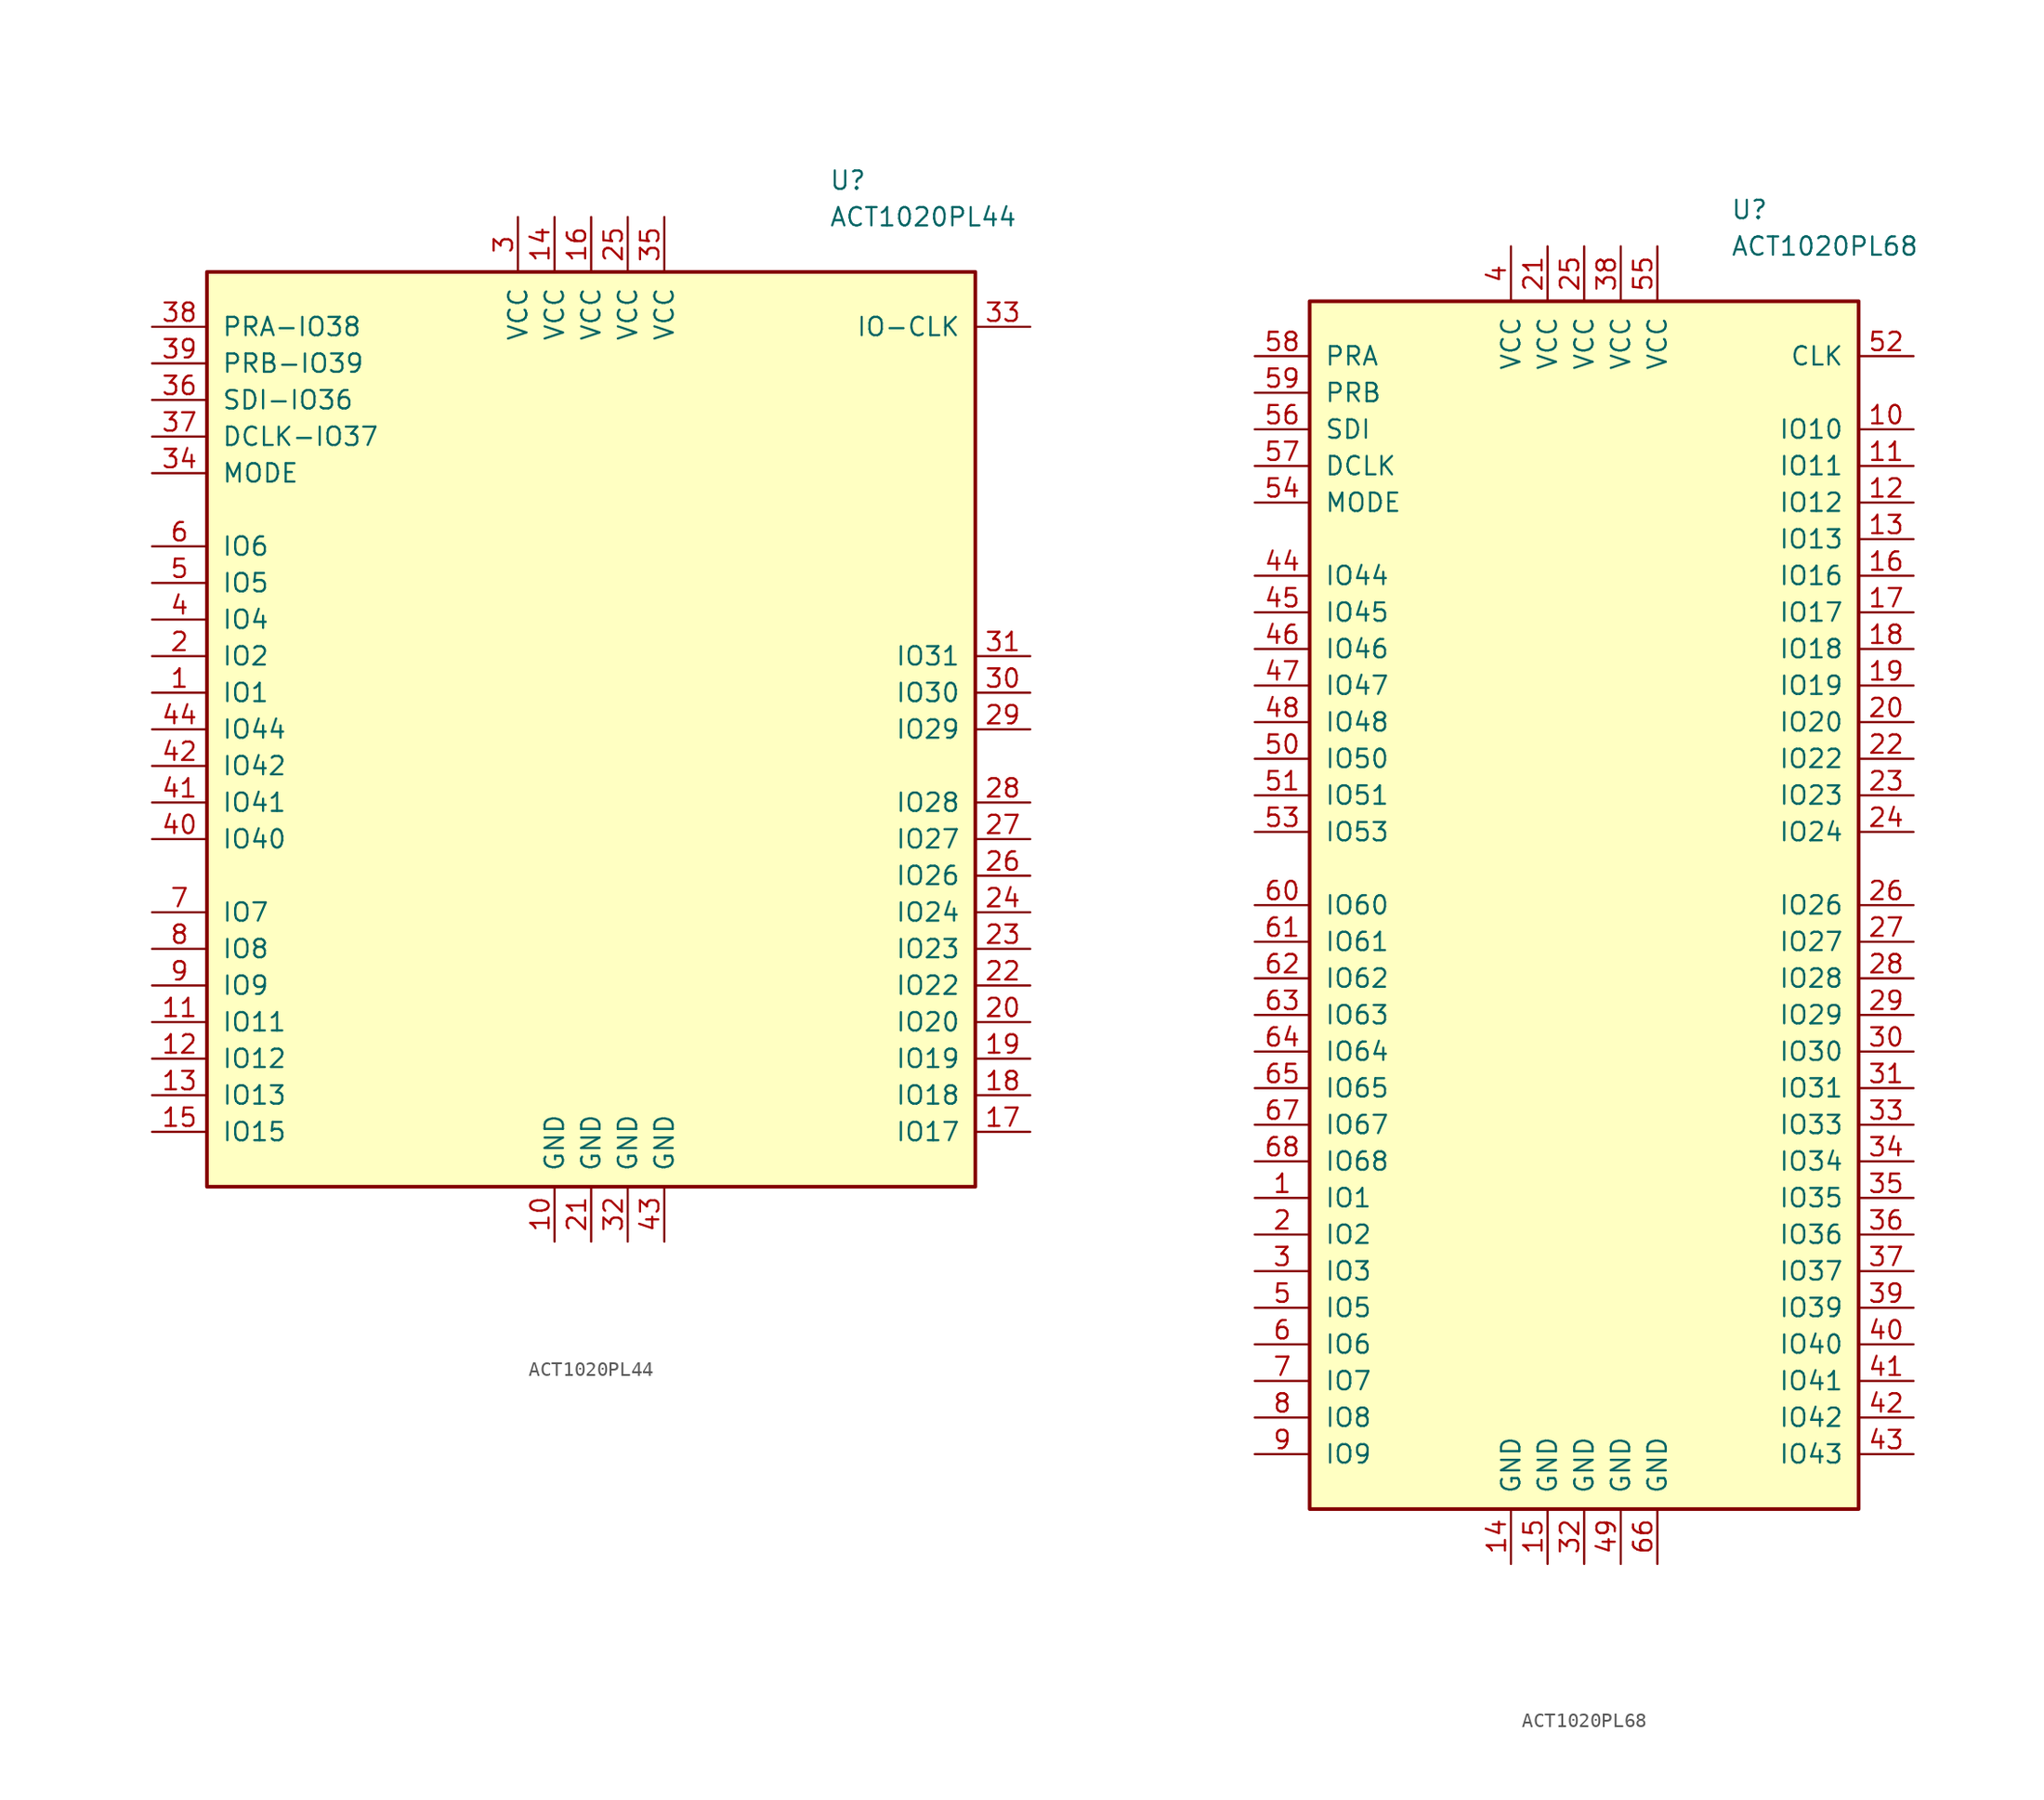
<source format=kicad_sym>
(kicad_symbol_lib
  (version 20201005)
  (generator kicad_symbol_editor)
  (symbol "ACT1020PL44"
    (pin_names
      (offset 1.016))
    (property "Reference" "U"
      (at 16.51 38.1 0)
      (effects (font (size 1.27 1.27)) (justify left)))
    (property "Value" "ACT1020PL44"
      (at 16.51 35.56 0)
      (effects (font (size 1.27 1.27)) (justify left)))
    (symbol "ACT1020PL44_0_1"
      (rectangle (start -26.67 -31.75) (end 26.67 31.75) (stroke (width 0.254)) (fill (type background))))
    (symbol "ACT1020PL44_1_1"
      (pin input line (at -30.48 2.54 0) (length 3.81) (name "IO1" (effects (font (size 1.27 1.27)))) (number "1" (effects (font (size 1.27 1.27)))))
      (pin power_in line (at -2.54 -35.56 90) (length 3.81) (name "GND" (effects (font (size 1.27 1.27)))) (number "10" (effects (font (size 1.27 1.27)))))
      (pin input line (at -30.48 -20.32 0) (length 3.81) (name "IO11" (effects (font (size 1.27 1.27)))) (number "11" (effects (font (size 1.27 1.27)))))
      (pin input line (at -30.48 -22.86 0) (length 3.81) (name "IO12" (effects (font (size 1.27 1.27)))) (number "12" (effects (font (size 1.27 1.27)))))
      (pin input line (at -30.48 -25.4 0) (length 3.81) (name "IO13" (effects (font (size 1.27 1.27)))) (number "13" (effects (font (size 1.27 1.27)))))
      (pin power_in line (at -2.54 35.56 270) (length 3.81) (name "VCC" (effects (font (size 1.27 1.27)))) (number "14" (effects (font (size 1.27 1.27)))))
      (pin input line (at -30.48 -27.94 0) (length 3.81) (name "IO15" (effects (font (size 1.27 1.27)))) (number "15" (effects (font (size 1.27 1.27)))))
      (pin power_in line (at 0 35.56 270) (length 3.81) (name "VCC" (effects (font (size 1.27 1.27)))) (number "16" (effects (font (size 1.27 1.27)))))
      (pin input line (at 30.48 -27.94 180) (length 3.81) (name "IO17" (effects (font (size 1.27 1.27)))) (number "17" (effects (font (size 1.27 1.27)))))
      (pin input line (at 30.48 -25.4 180) (length 3.81) (name "IO18" (effects (font (size 1.27 1.27)))) (number "18" (effects (font (size 1.27 1.27)))))
      (pin input line (at 30.48 -22.86 180) (length 3.81) (name "IO19" (effects (font (size 1.27 1.27)))) (number "19" (effects (font (size 1.27 1.27)))))
      (pin input line (at -30.48 5.08 0) (length 3.81) (name "IO2" (effects (font (size 1.27 1.27)))) (number "2" (effects (font (size 1.27 1.27)))))
      (pin input line (at 30.48 -20.32 180) (length 3.81) (name "IO20" (effects (font (size 1.27 1.27)))) (number "20" (effects (font (size 1.27 1.27)))))
      (pin power_in line (at 0 -35.56 90) (length 3.81) (name "GND" (effects (font (size 1.27 1.27)))) (number "21" (effects (font (size 1.27 1.27)))))
      (pin input line (at 30.48 -17.78 180) (length 3.81) (name "IO22" (effects (font (size 1.27 1.27)))) (number "22" (effects (font (size 1.27 1.27)))))
      (pin input line (at 30.48 -15.24 180) (length 3.81) (name "IO23" (effects (font (size 1.27 1.27)))) (number "23" (effects (font (size 1.27 1.27)))))
      (pin input line (at 30.48 -12.7 180) (length 3.81) (name "IO24" (effects (font (size 1.27 1.27)))) (number "24" (effects (font (size 1.27 1.27)))))
      (pin power_in line (at 2.54 35.56 270) (length 3.81) (name "VCC" (effects (font (size 1.27 1.27)))) (number "25" (effects (font (size 1.27 1.27)))))
      (pin input line (at 30.48 -10.16 180) (length 3.81) (name "IO26" (effects (font (size 1.27 1.27)))) (number "26" (effects (font (size 1.27 1.27)))))
      (pin input line (at 30.48 -7.62 180) (length 3.81) (name "IO27" (effects (font (size 1.27 1.27)))) (number "27" (effects (font (size 1.27 1.27)))))
      (pin input line (at 30.48 -5.08 180) (length 3.81) (name "IO28" (effects (font (size 1.27 1.27)))) (number "28" (effects (font (size 1.27 1.27)))))
      (pin input line (at 30.48 0 180) (length 3.81) (name "IO29" (effects (font (size 1.27 1.27)))) (number "29" (effects (font (size 1.27 1.27)))))
      (pin power_in line (at -5.08 35.56 270) (length 3.81) (name "VCC" (effects (font (size 1.27 1.27)))) (number "3" (effects (font (size 1.27 1.27)))))
      (pin input line (at 30.48 2.54 180) (length 3.81) (name "IO30" (effects (font (size 1.27 1.27)))) (number "30" (effects (font (size 1.27 1.27)))))
      (pin input line (at 30.48 5.08 180) (length 3.81) (name "IO31" (effects (font (size 1.27 1.27)))) (number "31" (effects (font (size 1.27 1.27)))))
      (pin power_in line (at 2.54 -35.56 90) (length 3.81) (name "GND" (effects (font (size 1.27 1.27)))) (number "32" (effects (font (size 1.27 1.27)))))
      (pin input line (at 30.48 27.94 180) (length 3.81) (name "IO-CLK" (effects (font (size 1.27 1.27)))) (number "33" (effects (font (size 1.27 1.27)))))
      (pin input line (at -30.48 17.78 0) (length 3.81) (name "MODE" (effects (font (size 1.27 1.27)))) (number "34" (effects (font (size 1.27 1.27)))))
      (pin power_in line (at 5.08 35.56 270) (length 3.81) (name "VCC" (effects (font (size 1.27 1.27)))) (number "35" (effects (font (size 1.27 1.27)))))
      (pin input line (at -30.48 22.86 0) (length 3.81) (name "SDI-IO36" (effects (font (size 1.27 1.27)))) (number "36" (effects (font (size 1.27 1.27)))))
      (pin input line (at -30.48 20.32 0) (length 3.81) (name "DCLK-IO37" (effects (font (size 1.27 1.27)))) (number "37" (effects (font (size 1.27 1.27)))))
      (pin input line (at -30.48 27.94 0) (length 3.81) (name "PRA-IO38" (effects (font (size 1.27 1.27)))) (number "38" (effects (font (size 1.27 1.27)))))
      (pin input line (at -30.48 25.4 0) (length 3.81) (name "PRB-IO39" (effects (font (size 1.27 1.27)))) (number "39" (effects (font (size 1.27 1.27)))))
      (pin input line (at -30.48 7.62 0) (length 3.81) (name "IO4" (effects (font (size 1.27 1.27)))) (number "4" (effects (font (size 1.27 1.27)))))
      (pin input line (at -30.48 -7.62 0) (length 3.81) (name "IO40" (effects (font (size 1.27 1.27)))) (number "40" (effects (font (size 1.27 1.27)))))
      (pin input line (at -30.48 -5.08 0) (length 3.81) (name "IO41" (effects (font (size 1.27 1.27)))) (number "41" (effects (font (size 1.27 1.27)))))
      (pin input line (at -30.48 -2.54 0) (length 3.81) (name "IO42" (effects (font (size 1.27 1.27)))) (number "42" (effects (font (size 1.27 1.27)))))
      (pin power_in line (at 5.08 -35.56 90) (length 3.81) (name "GND" (effects (font (size 1.27 1.27)))) (number "43" (effects (font (size 1.27 1.27)))))
      (pin input line (at -30.48 0 0) (length 3.81) (name "IO44" (effects (font (size 1.27 1.27)))) (number "44" (effects (font (size 1.27 1.27)))))
      (pin input line (at -30.48 10.16 0) (length 3.81) (name "IO5" (effects (font (size 1.27 1.27)))) (number "5" (effects (font (size 1.27 1.27)))))
      (pin input line (at -30.48 12.7 0) (length 3.81) (name "IO6" (effects (font (size 1.27 1.27)))) (number "6" (effects (font (size 1.27 1.27)))))
      (pin input line (at -30.48 -12.7 0) (length 3.81) (name "IO7" (effects (font (size 1.27 1.27)))) (number "7" (effects (font (size 1.27 1.27)))))
      (pin input line (at -30.48 -15.24 0) (length 3.81) (name "IO8" (effects (font (size 1.27 1.27)))) (number "8" (effects (font (size 1.27 1.27)))))
      (pin input line (at -30.48 -17.78 0) (length 3.81) (name "IO9" (effects (font (size 1.27 1.27)))) (number "9" (effects (font (size 1.27 1.27)))))))
  (symbol "ACT1020PL68"
    (pin_names
      (offset 1.016))
    (property "Reference" "U"
      (at 10.16 48.26 0)
      (effects (font (size 1.27 1.27)) (justify left)))
    (property "Value" "ACT1020PL68"
      (at 10.16 45.72 0)
      (effects (font (size 1.27 1.27)) (justify left)))
    (symbol "ACT1020PL68_0_1"
      (rectangle (start -19.05 -41.91) (end 19.05 41.91) (stroke (width 0.254)) (fill (type background))))
    (symbol "ACT1020PL68_1_1"
      (pin input line (at -22.86 -20.32 0) (length 3.81) (name "IO1" (effects (font (size 1.27 1.27)))) (number "1" (effects (font (size 1.27 1.27)))))
      (pin input line (at 22.86 33.02 180) (length 3.81) (name "IO10" (effects (font (size 1.27 1.27)))) (number "10" (effects (font (size 1.27 1.27)))))
      (pin input line (at 22.86 30.48 180) (length 3.81) (name "IO11" (effects (font (size 1.27 1.27)))) (number "11" (effects (font (size 1.27 1.27)))))
      (pin input line (at 22.86 27.94 180) (length 3.81) (name "IO12" (effects (font (size 1.27 1.27)))) (number "12" (effects (font (size 1.27 1.27)))))
      (pin input line (at 22.86 25.4 180) (length 3.81) (name "IO13" (effects (font (size 1.27 1.27)))) (number "13" (effects (font (size 1.27 1.27)))))
      (pin power_in line (at -5.08 -45.72 90) (length 3.81) (name "GND" (effects (font (size 1.27 1.27)))) (number "14" (effects (font (size 1.27 1.27)))))
      (pin power_in line (at -2.54 -45.72 90) (length 3.81) (name "GND" (effects (font (size 1.27 1.27)))) (number "15" (effects (font (size 1.27 1.27)))))
      (pin input line (at 22.86 22.86 180) (length 3.81) (name "IO16" (effects (font (size 1.27 1.27)))) (number "16" (effects (font (size 1.27 1.27)))))
      (pin input line (at 22.86 20.32 180) (length 3.81) (name "IO17" (effects (font (size 1.27 1.27)))) (number "17" (effects (font (size 1.27 1.27)))))
      (pin input line (at 22.86 17.78 180) (length 3.81) (name "IO18" (effects (font (size 1.27 1.27)))) (number "18" (effects (font (size 1.27 1.27)))))
      (pin input line (at 22.86 15.24 180) (length 3.81) (name "IO19" (effects (font (size 1.27 1.27)))) (number "19" (effects (font (size 1.27 1.27)))))
      (pin input line (at -22.86 -22.86 0) (length 3.81) (name "IO2" (effects (font (size 1.27 1.27)))) (number "2" (effects (font (size 1.27 1.27)))))
      (pin input line (at 22.86 12.7 180) (length 3.81) (name "IO20" (effects (font (size 1.27 1.27)))) (number "20" (effects (font (size 1.27 1.27)))))
      (pin power_in line (at -2.54 45.72 270) (length 3.81) (name "VCC" (effects (font (size 1.27 1.27)))) (number "21" (effects (font (size 1.27 1.27)))))
      (pin input line (at 22.86 10.16 180) (length 3.81) (name "IO22" (effects (font (size 1.27 1.27)))) (number "22" (effects (font (size 1.27 1.27)))))
      (pin input line (at 22.86 7.62 180) (length 3.81) (name "IO23" (effects (font (size 1.27 1.27)))) (number "23" (effects (font (size 1.27 1.27)))))
      (pin input line (at 22.86 5.08 180) (length 3.81) (name "IO24" (effects (font (size 1.27 1.27)))) (number "24" (effects (font (size 1.27 1.27)))))
      (pin power_in line (at 0 45.72 270) (length 3.81) (name "VCC" (effects (font (size 1.27 1.27)))) (number "25" (effects (font (size 1.27 1.27)))))
      (pin input line (at 22.86 0 180) (length 3.81) (name "IO26" (effects (font (size 1.27 1.27)))) (number "26" (effects (font (size 1.27 1.27)))))
      (pin input line (at 22.86 -2.54 180) (length 3.81) (name "IO27" (effects (font (size 1.27 1.27)))) (number "27" (effects (font (size 1.27 1.27)))))
      (pin input line (at 22.86 -5.08 180) (length 3.81) (name "IO28" (effects (font (size 1.27 1.27)))) (number "28" (effects (font (size 1.27 1.27)))))
      (pin input line (at 22.86 -7.62 180) (length 3.81) (name "IO29" (effects (font (size 1.27 1.27)))) (number "29" (effects (font (size 1.27 1.27)))))
      (pin input line (at -22.86 -25.4 0) (length 3.81) (name "IO3" (effects (font (size 1.27 1.27)))) (number "3" (effects (font (size 1.27 1.27)))))
      (pin input line (at 22.86 -10.16 180) (length 3.81) (name "IO30" (effects (font (size 1.27 1.27)))) (number "30" (effects (font (size 1.27 1.27)))))
      (pin input line (at 22.86 -12.7 180) (length 3.81) (name "IO31" (effects (font (size 1.27 1.27)))) (number "31" (effects (font (size 1.27 1.27)))))
      (pin power_in line (at 0 -45.72 90) (length 3.81) (name "GND" (effects (font (size 1.27 1.27)))) (number "32" (effects (font (size 1.27 1.27)))))
      (pin input line (at 22.86 -15.24 180) (length 3.81) (name "IO33" (effects (font (size 1.27 1.27)))) (number "33" (effects (font (size 1.27 1.27)))))
      (pin input line (at 22.86 -17.78 180) (length 3.81) (name "IO34" (effects (font (size 1.27 1.27)))) (number "34" (effects (font (size 1.27 1.27)))))
      (pin input line (at 22.86 -20.32 180) (length 3.81) (name "IO35" (effects (font (size 1.27 1.27)))) (number "35" (effects (font (size 1.27 1.27)))))
      (pin input line (at 22.86 -22.86 180) (length 3.81) (name "IO36" (effects (font (size 1.27 1.27)))) (number "36" (effects (font (size 1.27 1.27)))))
      (pin input line (at 22.86 -25.4 180) (length 3.81) (name "IO37" (effects (font (size 1.27 1.27)))) (number "37" (effects (font (size 1.27 1.27)))))
      (pin power_in line (at 2.54 45.72 270) (length 3.81) (name "VCC" (effects (font (size 1.27 1.27)))) (number "38" (effects (font (size 1.27 1.27)))))
      (pin input line (at 22.86 -27.94 180) (length 3.81) (name "IO39" (effects (font (size 1.27 1.27)))) (number "39" (effects (font (size 1.27 1.27)))))
      (pin power_in line (at -5.08 45.72 270) (length 3.81) (name "VCC" (effects (font (size 1.27 1.27)))) (number "4" (effects (font (size 1.27 1.27)))))
      (pin input line (at 22.86 -30.48 180) (length 3.81) (name "IO40" (effects (font (size 1.27 1.27)))) (number "40" (effects (font (size 1.27 1.27)))))
      (pin input line (at 22.86 -33.02 180) (length 3.81) (name "IO41" (effects (font (size 1.27 1.27)))) (number "41" (effects (font (size 1.27 1.27)))))
      (pin input line (at 22.86 -35.56 180) (length 3.81) (name "IO42" (effects (font (size 1.27 1.27)))) (number "42" (effects (font (size 1.27 1.27)))))
      (pin input line (at 22.86 -38.1 180) (length 3.81) (name "IO43" (effects (font (size 1.27 1.27)))) (number "43" (effects (font (size 1.27 1.27)))))
      (pin input line (at -22.86 22.86 0) (length 3.81) (name "IO44" (effects (font (size 1.27 1.27)))) (number "44" (effects (font (size 1.27 1.27)))))
      (pin input line (at -22.86 20.32 0) (length 3.81) (name "IO45" (effects (font (size 1.27 1.27)))) (number "45" (effects (font (size 1.27 1.27)))))
      (pin input line (at -22.86 17.78 0) (length 3.81) (name "IO46" (effects (font (size 1.27 1.27)))) (number "46" (effects (font (size 1.27 1.27)))))
      (pin input line (at -22.86 15.24 0) (length 3.81) (name "IO47" (effects (font (size 1.27 1.27)))) (number "47" (effects (font (size 1.27 1.27)))))
      (pin input line (at -22.86 12.7 0) (length 3.81) (name "IO48" (effects (font (size 1.27 1.27)))) (number "48" (effects (font (size 1.27 1.27)))))
      (pin power_in line (at 2.54 -45.72 90) (length 3.81) (name "GND" (effects (font (size 1.27 1.27)))) (number "49" (effects (font (size 1.27 1.27)))))
      (pin input line (at -22.86 -27.94 0) (length 3.81) (name "IO5" (effects (font (size 1.27 1.27)))) (number "5" (effects (font (size 1.27 1.27)))))
      (pin input line (at -22.86 10.16 0) (length 3.81) (name "IO50" (effects (font (size 1.27 1.27)))) (number "50" (effects (font (size 1.27 1.27)))))
      (pin input line (at -22.86 7.62 0) (length 3.81) (name "IO51" (effects (font (size 1.27 1.27)))) (number "51" (effects (font (size 1.27 1.27)))))
      (pin input line (at 22.86 38.1 180) (length 3.81) (name "CLK" (effects (font (size 1.27 1.27)))) (number "52" (effects (font (size 1.27 1.27)))))
      (pin input line (at -22.86 5.08 0) (length 3.81) (name "IO53" (effects (font (size 1.27 1.27)))) (number "53" (effects (font (size 1.27 1.27)))))
      (pin input line (at -22.86 27.94 0) (length 3.81) (name "MODE" (effects (font (size 1.27 1.27)))) (number "54" (effects (font (size 1.27 1.27)))))
      (pin power_in line (at 5.08 45.72 270) (length 3.81) (name "VCC" (effects (font (size 1.27 1.27)))) (number "55" (effects (font (size 1.27 1.27)))))
      (pin input line (at -22.86 33.02 0) (length 3.81) (name "SDI" (effects (font (size 1.27 1.27)))) (number "56" (effects (font (size 1.27 1.27)))))
      (pin input line (at -22.86 30.48 0) (length 3.81) (name "DCLK" (effects (font (size 1.27 1.27)))) (number "57" (effects (font (size 1.27 1.27)))))
      (pin input line (at -22.86 38.1 0) (length 3.81) (name "PRA" (effects (font (size 1.27 1.27)))) (number "58" (effects (font (size 1.27 1.27)))))
      (pin input line (at -22.86 35.56 0) (length 3.81) (name "PRB" (effects (font (size 1.27 1.27)))) (number "59" (effects (font (size 1.27 1.27)))))
      (pin input line (at -22.86 -30.48 0) (length 3.81) (name "IO6" (effects (font (size 1.27 1.27)))) (number "6" (effects (font (size 1.27 1.27)))))
      (pin input line (at -22.86 0 0) (length 3.81) (name "IO60" (effects (font (size 1.27 1.27)))) (number "60" (effects (font (size 1.27 1.27)))))
      (pin input line (at -22.86 -2.54 0) (length 3.81) (name "IO61" (effects (font (size 1.27 1.27)))) (number "61" (effects (font (size 1.27 1.27)))))
      (pin input line (at -22.86 -5.08 0) (length 3.81) (name "IO62" (effects (font (size 1.27 1.27)))) (number "62" (effects (font (size 1.27 1.27)))))
      (pin input line (at -22.86 -7.62 0) (length 3.81) (name "IO63" (effects (font (size 1.27 1.27)))) (number "63" (effects (font (size 1.27 1.27)))))
      (pin input line (at -22.86 -10.16 0) (length 3.81) (name "IO64" (effects (font (size 1.27 1.27)))) (number "64" (effects (font (size 1.27 1.27)))))
      (pin input line (at -22.86 -12.7 0) (length 3.81) (name "IO65" (effects (font (size 1.27 1.27)))) (number "65" (effects (font (size 1.27 1.27)))))
      (pin power_in line (at 5.08 -45.72 90) (length 3.81) (name "GND" (effects (font (size 1.27 1.27)))) (number "66" (effects (font (size 1.27 1.27)))))
      (pin input line (at -22.86 -15.24 0) (length 3.81) (name "IO67" (effects (font (size 1.27 1.27)))) (number "67" (effects (font (size 1.27 1.27)))))
      (pin input line (at -22.86 -17.78 0) (length 3.81) (name "IO68" (effects (font (size 1.27 1.27)))) (number "68" (effects (font (size 1.27 1.27)))))
      (pin input line (at -22.86 -33.02 0) (length 3.81) (name "IO7" (effects (font (size 1.27 1.27)))) (number "7" (effects (font (size 1.27 1.27)))))
      (pin input line (at -22.86 -35.56 0) (length 3.81) (name "IO8" (effects (font (size 1.27 1.27)))) (number "8" (effects (font (size 1.27 1.27)))))
      (pin input line (at -22.86 -38.1 0) (length 3.81) (name "IO9" (effects (font (size 1.27 1.27)))) (number "9" (effects (font (size 1.27 1.27))))))))
</source>
